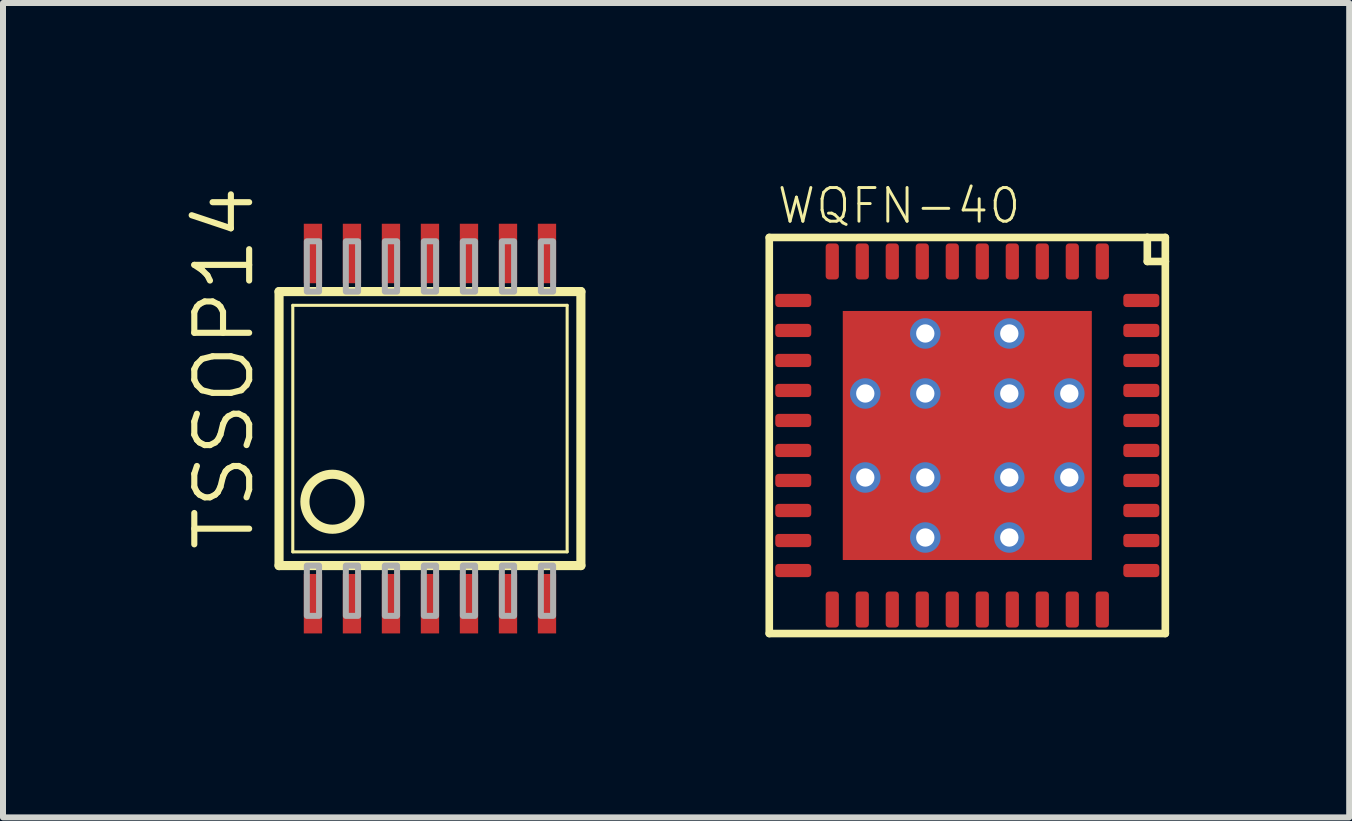
<source format=kicad_pcb>
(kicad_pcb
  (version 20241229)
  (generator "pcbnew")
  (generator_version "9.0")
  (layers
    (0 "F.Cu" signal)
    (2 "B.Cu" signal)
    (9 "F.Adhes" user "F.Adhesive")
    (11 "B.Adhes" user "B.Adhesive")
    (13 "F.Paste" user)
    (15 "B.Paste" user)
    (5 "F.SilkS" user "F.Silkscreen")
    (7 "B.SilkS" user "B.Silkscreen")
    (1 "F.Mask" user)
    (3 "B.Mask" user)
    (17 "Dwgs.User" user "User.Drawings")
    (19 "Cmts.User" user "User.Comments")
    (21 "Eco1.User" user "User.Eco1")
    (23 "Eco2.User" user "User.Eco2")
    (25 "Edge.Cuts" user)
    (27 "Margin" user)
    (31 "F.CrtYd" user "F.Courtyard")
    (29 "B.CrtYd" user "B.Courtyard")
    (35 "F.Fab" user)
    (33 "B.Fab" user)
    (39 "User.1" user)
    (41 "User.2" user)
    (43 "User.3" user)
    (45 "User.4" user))
  (footprint "TSSOP14"
    (layer "F.Cu")
    (at 4.115 4.092)
    (property "Reference" "TSSOP14" (at -2.896 2.083 90) (layer "F.SilkS") (effects (font (size 0.914 0.914) (thickness 0.102)) (justify left bottom)))
    (fp_line (start -2.515 2.283) (end -2.515 -2.283) (stroke (width 0.152) (type solid)) (layer "F.SilkS"))
    (fp_line (start -2.515 2.283) (end 2.515 2.283) (stroke (width 0.152) (type solid)) (layer "F.SilkS"))
    (fp_line (start -2.286 2.054) (end -2.286 -2.054) (stroke (width 0.051) (type solid)) (layer "F.SilkS"))
    (fp_line (start -2.286 2.054) (end 2.286 2.054) (stroke (width 0.051) (type solid)) (layer "F.SilkS"))
    (fp_line (start 2.286 -2.054) (end -2.286 -2.054) (stroke (width 0.051) (type solid)) (layer "F.SilkS"))
    (fp_line (start 2.286 -2.054) (end 2.286 2.054) (stroke (width 0.051) (type solid)) (layer "F.SilkS"))
    (fp_line (start 2.515 -2.283) (end -2.515 -2.283) (stroke (width 0.152) (type solid)) (layer "F.SilkS"))
    (fp_line (start 2.515 -2.283) (end 2.515 2.283) (stroke (width 0.152) (type solid)) (layer "F.SilkS"))
    (fp_circle (center -1.626 1.219) (end -1.168 1.219) (stroke (width 0.152) (type solid)) (fill no) (layer "F.SilkS"))
    (fp_poly (pts (xy -2.052 -2.283) (xy -1.848 -2.283) (xy -1.848 -3.121) (xy -2.052 -3.121)) (stroke (width 0.1) (type default)) (fill no) (layer "F.Fab"))
    (fp_poly (pts (xy -2.052 3.121) (xy -1.848 3.121) (xy -1.848 2.283) (xy -2.052 2.283)) (stroke (width 0.1) (type default)) (fill no) (layer "F.Fab"))
    (fp_poly (pts (xy -1.402 -2.283) (xy -1.198 -2.283) (xy -1.198 -3.121) (xy -1.402 -3.121)) (stroke (width 0.1) (type default)) (fill no) (layer "F.Fab"))
    (fp_poly (pts (xy -1.402 3.121) (xy -1.198 3.121) (xy -1.198 2.283) (xy -1.402 2.283)) (stroke (width 0.1) (type default)) (fill no) (layer "F.Fab"))
    (fp_poly (pts (xy -0.752 -2.283) (xy -0.548 -2.283) (xy -0.548 -3.121) (xy -0.752 -3.121)) (stroke (width 0.1) (type default)) (fill no) (layer "F.Fab"))
    (fp_poly (pts (xy -0.752 3.121) (xy -0.548 3.121) (xy -0.548 2.283) (xy -0.752 2.283)) (stroke (width 0.1) (type default)) (fill no) (layer "F.Fab"))
    (fp_poly (pts (xy -0.102 -2.283) (xy 0.102 -2.283) (xy 0.102 -3.121) (xy -0.102 -3.121)) (stroke (width 0.1) (type default)) (fill no) (layer "F.Fab"))
    (fp_poly (pts (xy -0.102 3.121) (xy 0.102 3.121) (xy 0.102 2.283) (xy -0.102 2.283)) (stroke (width 0.1) (type default)) (fill no) (layer "F.Fab"))
    (fp_poly (pts (xy 0.548 -2.283) (xy 0.752 -2.283) (xy 0.752 -3.121) (xy 0.548 -3.121)) (stroke (width 0.1) (type default)) (fill no) (layer "F.Fab"))
    (fp_poly (pts (xy 0.548 3.121) (xy 0.752 3.121) (xy 0.752 2.283) (xy 0.548 2.283)) (stroke (width 0.1) (type default)) (fill no) (layer "F.Fab"))
    (fp_poly (pts (xy 1.198 -2.283) (xy 1.402 -2.283) (xy 1.402 -3.121) (xy 1.198 -3.121)) (stroke (width 0.1) (type default)) (fill no) (layer "F.Fab"))
    (fp_poly (pts (xy 1.198 3.121) (xy 1.402 3.121) (xy 1.402 2.283) (xy 1.198 2.283)) (stroke (width 0.1) (type default)) (fill no) (layer "F.Fab"))
    (fp_poly (pts (xy 1.848 -2.283) (xy 2.052 -2.283) (xy 2.052 -3.121) (xy 1.848 -3.121)) (stroke (width 0.1) (type default)) (fill no) (layer "F.Fab"))
    (fp_poly (pts (xy 1.848 3.121) (xy 2.052 3.121) (xy 2.052 2.283) (xy 1.848 2.283)) (stroke (width 0.1) (type default)) (fill no) (layer "F.Fab"))
    (pad "1" smd rect (at -1.95 2.918) (size 0.305 0.991) (layers "F.Cu" "F.Mask" "F.Paste"))
    (pad "2" smd rect (at -1.3 2.918) (size 0.305 0.991) (layers "F.Cu" "F.Mask" "F.Paste"))
    (pad "3" smd rect (at -0.65 2.918) (size 0.305 0.991) (layers "F.Cu" "F.Mask" "F.Paste"))
    (pad "4" smd rect (at 0 2.918) (size 0.305 0.991) (layers "F.Cu" "F.Mask" "F.Paste"))
    (pad "5" smd rect (at 0.65 2.918) (size 0.305 0.991) (layers "F.Cu" "F.Mask" "F.Paste"))
    (pad "6" smd rect (at 1.3 2.918) (size 0.305 0.991) (layers "F.Cu" "F.Mask" "F.Paste"))
    (pad "7" smd rect (at 1.95 2.918) (size 0.305 0.991) (layers "F.Cu" "F.Mask" "F.Paste"))
    (pad "8" smd rect (at 1.95 -2.918) (size 0.305 0.991) (layers "F.Cu" "F.Mask" "F.Paste"))
    (pad "9" smd rect (at 1.3 -2.918) (size 0.305 0.991) (layers "F.Cu" "F.Mask" "F.Paste"))
    (pad "10" smd rect (at 0.65 -2.918) (size 0.305 0.991) (layers "F.Cu" "F.Mask" "F.Paste"))
    (pad "11" smd rect (at 0 -2.918) (size 0.305 0.991) (layers "F.Cu" "F.Mask" "F.Paste"))
    (pad "12" smd rect (at -0.65 -2.918) (size 0.305 0.991) (layers "F.Cu" "F.Mask" "F.Paste"))
    (pad "13" smd rect (at -1.3 -2.918) (size 0.305 0.991) (layers "F.Cu" "F.Mask" "F.Paste"))
    (pad "14" smd rect (at -1.95 -2.918) (size 0.305 0.991) (layers "F.Cu" "F.Mask" "F.Paste")))
  (footprint "WQFN-40"
    (layer "F.Cu")
    (at 13.069 4.207)
    (property "Reference" "WQFN-40" (at -3.2 -3.5 0) (layer "F.SilkS") (effects (font (size 0.561 0.561) (thickness 0.049)) (justify left bottom)))
    (fp_line (start -3.3 -3.3) (end 3 -3.3) (stroke (width 0.127) (type solid)) (layer "F.SilkS"))
    (fp_line (start -3.3 3.3) (end -3.3 -3.3) (stroke (width 0.127) (type solid)) (layer "F.SilkS"))
    (fp_line (start 3 -3.3) (end 3 -2.9) (stroke (width 0.127) (type solid)) (layer "F.SilkS"))
    (fp_line (start 3 -3.3) (end 3.3 -3.3) (stroke (width 0.127) (type solid)) (layer "F.SilkS"))
    (fp_line (start 3 -2.9) (end 3.3 -2.9) (stroke (width 0.127) (type solid)) (layer "F.SilkS"))
    (fp_line (start 3.3 -3.3) (end 3.3 -2.9) (stroke (width 0.127) (type solid)) (layer "F.SilkS"))
    (fp_line (start 3.3 -2.9) (end 3.3 3.3) (stroke (width 0.127) (type solid)) (layer "F.SilkS"))
    (fp_line (start 3.3 3.3) (end -3.3 3.3) (stroke (width 0.127) (type solid)) (layer "F.SilkS"))
    (fp_poly (pts (xy -0.837 -0.936) (xy -1.964 -0.936) (xy -1.964 -1.964) (xy -0.837 -1.964)) (stroke (width 0) (type default)) (fill yes) (layer "F.Paste"))
    (fp_poly (pts (xy -0.837 0.564) (xy -1.964 0.564) (xy -1.964 -0.564) (xy -0.837 -0.564)) (stroke (width 0) (type default)) (fill yes) (layer "F.Paste"))
    (fp_poly (pts (xy -0.837 1.964) (xy -1.964 1.964) (xy -1.964 0.837) (xy -0.837 0.837)) (stroke (width 0) (type default)) (fill yes) (layer "F.Paste"))
    (fp_poly (pts (xy 0.564 -0.936) (xy -0.564 -0.936) (xy -0.564 -1.964) (xy 0.564 -1.964)) (stroke (width 0) (type default)) (fill yes) (layer "F.Paste"))
    (fp_poly (pts (xy 0.564 0.564) (xy -0.564 0.564) (xy -0.564 -0.564) (xy 0.564 -0.564)) (stroke (width 0) (type default)) (fill yes) (layer "F.Paste"))
    (fp_poly (pts (xy 0.564 1.964) (xy -0.564 1.964) (xy -0.564 0.837) (xy 0.564 0.837)) (stroke (width 0) (type default)) (fill yes) (layer "F.Paste"))
    (fp_poly (pts (xy 1.964 -0.936) (xy 0.837 -0.936) (xy 0.837 -1.964) (xy 1.964 -1.964)) (stroke (width 0) (type default)) (fill yes) (layer "F.Paste"))
    (fp_poly (pts (xy 1.964 0.564) (xy 0.837 0.564) (xy 0.837 -0.564) (xy 1.964 -0.564)) (stroke (width 0) (type default)) (fill yes) (layer "F.Paste"))
    (fp_poly (pts (xy 1.964 1.964) (xy 0.837 1.964) (xy 0.837 0.837) (xy 1.964 0.837)) (stroke (width 0) (type default)) (fill yes) (layer "F.Paste"))
    (pad "1" smd roundrect (at 2.25 -2.9 90) (size 0.6 0.22) (layers "F.Cu" "F.Mask" "F.Paste") (roundrect_rratio 0.25))
    (pad "2" smd roundrect (at 1.75 -2.9 90) (size 0.6 0.22) (layers "F.Cu" "F.Mask" "F.Paste") (roundrect_rratio 0.25))
    (pad "3" smd roundrect (at 1.25 -2.9 90) (size 0.6 0.22) (layers "F.Cu" "F.Mask" "F.Paste") (roundrect_rratio 0.25))
    (pad "4" smd roundrect (at 0.75 -2.9 90) (size 0.6 0.22) (layers "F.Cu" "F.Mask" "F.Paste") (roundrect_rratio 0.25))
    (pad "5" smd roundrect (at 0.25 -2.9 90) (size 0.6 0.22) (layers "F.Cu" "F.Mask" "F.Paste") (roundrect_rratio 0.25))
    (pad "6" smd roundrect (at -0.25 -2.9 90) (size 0.6 0.22) (layers "F.Cu" "F.Mask" "F.Paste") (roundrect_rratio 0.25))
    (pad "7" smd roundrect (at -0.75 -2.9 90) (size 0.6 0.22) (layers "F.Cu" "F.Mask" "F.Paste") (roundrect_rratio 0.25))
    (pad "8" smd roundrect (at -1.25 -2.9 90) (size 0.6 0.22) (layers "F.Cu" "F.Mask" "F.Paste") (roundrect_rratio 0.25))
    (pad "9" smd roundrect (at -1.75 -2.9 90) (size 0.6 0.22) (layers "F.Cu" "F.Mask" "F.Paste") (roundrect_rratio 0.25))
    (pad "10" smd roundrect (at -2.25 -2.9 90) (size 0.6 0.22) (layers "F.Cu" "F.Mask" "F.Paste") (roundrect_rratio 0.25))
    (pad "11" smd roundrect (at -2.9 -2.25) (size 0.6 0.22) (layers "F.Cu" "F.Mask" "F.Paste") (roundrect_rratio 0.25))
    (pad "12" smd roundrect (at -2.9 -1.75) (size 0.6 0.22) (layers "F.Cu" "F.Mask" "F.Paste") (roundrect_rratio 0.25))
    (pad "13" smd roundrect (at -2.9 -1.25) (size 0.6 0.22) (layers "F.Cu" "F.Mask" "F.Paste") (roundrect_rratio 0.25))
    (pad "14" smd roundrect (at -2.9 -0.75) (size 0.6 0.22) (layers "F.Cu" "F.Mask" "F.Paste") (roundrect_rratio 0.25))
    (pad "15" smd roundrect (at -2.9 -0.25) (size 0.6 0.22) (layers "F.Cu" "F.Mask" "F.Paste") (roundrect_rratio 0.25))
    (pad "16" smd roundrect (at -2.9 0.25) (size 0.6 0.22) (layers "F.Cu" "F.Mask" "F.Paste") (roundrect_rratio 0.25))
    (pad "17" smd roundrect (at -2.9 0.75) (size 0.6 0.22) (layers "F.Cu" "F.Mask" "F.Paste") (roundrect_rratio 0.25))
    (pad "18" smd roundrect (at -2.9 1.25) (size 0.6 0.22) (layers "F.Cu" "F.Mask" "F.Paste") (roundrect_rratio 0.25))
    (pad "19" smd roundrect (at -2.9 1.75) (size 0.6 0.22) (layers "F.Cu" "F.Mask" "F.Paste") (roundrect_rratio 0.25))
    (pad "20" smd roundrect (at -2.9 2.25) (size 0.6 0.22) (layers "F.Cu" "F.Mask" "F.Paste") (roundrect_rratio 0.25))
    (pad "21" smd roundrect (at -2.25 2.9 90) (size 0.6 0.22) (layers "F.Cu" "F.Mask" "F.Paste") (roundrect_rratio 0.25))
    (pad "22" smd roundrect (at -1.75 2.9 90) (size 0.6 0.22) (layers "F.Cu" "F.Mask" "F.Paste") (roundrect_rratio 0.25))
    (pad "23" smd roundrect (at -1.25 2.9 90) (size 0.6 0.22) (layers "F.Cu" "F.Mask" "F.Paste") (roundrect_rratio 0.25))
    (pad "24" smd roundrect (at -0.75 2.9 90) (size 0.6 0.22) (layers "F.Cu" "F.Mask" "F.Paste") (roundrect_rratio 0.25))
    (pad "25" smd roundrect (at -0.25 2.9 90) (size 0.6 0.22) (layers "F.Cu" "F.Mask" "F.Paste") (roundrect_rratio 0.25))
    (pad "26" smd roundrect (at 0.25 2.9 90) (size 0.6 0.22) (layers "F.Cu" "F.Mask" "F.Paste") (roundrect_rratio 0.25))
    (pad "27" smd roundrect (at 0.75 2.9 90) (size 0.6 0.22) (layers "F.Cu" "F.Mask" "F.Paste") (roundrect_rratio 0.25))
    (pad "28" smd roundrect (at 1.25 2.9 90) (size 0.6 0.22) (layers "F.Cu" "F.Mask" "F.Paste") (roundrect_rratio 0.25))
    (pad "29" smd roundrect (at 1.75 2.9 90) (size 0.6 0.22) (layers "F.Cu" "F.Mask" "F.Paste") (roundrect_rratio 0.25))
    (pad "30" smd roundrect (at 2.25 2.9 90) (size 0.6 0.22) (layers "F.Cu" "F.Mask" "F.Paste") (roundrect_rratio 0.25))
    (pad "31" smd roundrect (at 2.9 2.25) (size 0.6 0.22) (layers "F.Cu" "F.Mask" "F.Paste") (roundrect_rratio 0.25))
    (pad "32" smd roundrect (at 2.9 1.75) (size 0.6 0.22) (layers "F.Cu" "F.Mask" "F.Paste") (roundrect_rratio 0.25))
    (pad "33" smd roundrect (at 2.9 1.25) (size 0.6 0.22) (layers "F.Cu" "F.Mask" "F.Paste") (roundrect_rratio 0.25))
    (pad "34" smd roundrect (at 2.9 0.75) (size 0.6 0.22) (layers "F.Cu" "F.Mask" "F.Paste") (roundrect_rratio 0.25))
    (pad "35" smd roundrect (at 2.9 0.25) (size 0.6 0.22) (layers "F.Cu" "F.Mask" "F.Paste") (roundrect_rratio 0.25))
    (pad "36" smd roundrect (at 2.9 -0.25) (size 0.6 0.22) (layers "F.Cu" "F.Mask" "F.Paste") (roundrect_rratio 0.25))
    (pad "37" smd roundrect (at 2.9 -0.75) (size 0.6 0.22) (layers "F.Cu" "F.Mask" "F.Paste") (roundrect_rratio 0.25))
    (pad "38" smd roundrect (at 2.9 -1.25) (size 0.6 0.22) (layers "F.Cu" "F.Mask" "F.Paste") (roundrect_rratio 0.25))
    (pad "39" smd roundrect (at 2.9 -1.75) (size 0.6 0.22) (layers "F.Cu" "F.Mask" "F.Paste") (roundrect_rratio 0.25))
    (pad "40" smd roundrect (at 2.9 -2.25) (size 0.6 0.22) (layers "F.Cu" "F.Mask" "F.Paste") (roundrect_rratio 0.25))
    (pad "P1" thru_hole circle (at -0.7 1.7) (size 0.508 0.508) (drill 0.305) (layers "*.Cu"))
    (pad "P2" thru_hole circle (at 0.7 1.7) (size 0.508 0.508) (drill 0.305) (layers "*.Cu"))
    (pad "P3" thru_hole circle (at 1.7 0.7) (size 0.508 0.508) (drill 0.305) (layers "*.Cu"))
    (pad "P7" thru_hole circle (at 0.7 0.7) (size 0.508 0.508) (drill 0.305) (layers "*.Cu"))
    (pad "P8" thru_hole circle (at 0.7 -1.7) (size 0.508 0.508) (drill 0.305) (layers "*.Cu"))
    (pad "P9" thru_hole circle (at -0.7 -1.7) (size 0.508 0.508) (drill 0.305) (layers "*.Cu"))
    (pad "P12" thru_hole circle (at -0.7 0.7) (size 0.508 0.508) (drill 0.305) (layers "*.Cu"))
    (pad "P13" thru_hole circle (at 0.7 -0.7) (size 0.508 0.508) (drill 0.305) (layers "*.Cu"))
    (pad "P14" thru_hole circle (at -0.7 -0.7) (size 0.508 0.508) (drill 0.305) (layers "*.Cu"))
    (pad "P17" thru_hole circle (at -1.7 0.7) (size 0.508 0.508) (drill 0.305) (layers "*.Cu"))
    (pad "P18" thru_hole circle (at 1.7 -0.7) (size 0.508 0.508) (drill 0.305) (layers "*.Cu"))
    (pad "P19" thru_hole circle (at -1.7 -0.7) (size 0.508 0.508) (drill 0.305) (layers "*.Cu"))
    (pad "PAD" smd rect (at 0 0) (size 4.15 4.15) (layers "F.Cu" "F.Mask")))
  (gr_rect
    (start -3 -3)
    (end 19.433 10.571)
    (stroke (width 0.1) (type default))
    (fill no)
    (layer "Edge.Cuts")))
</source>
